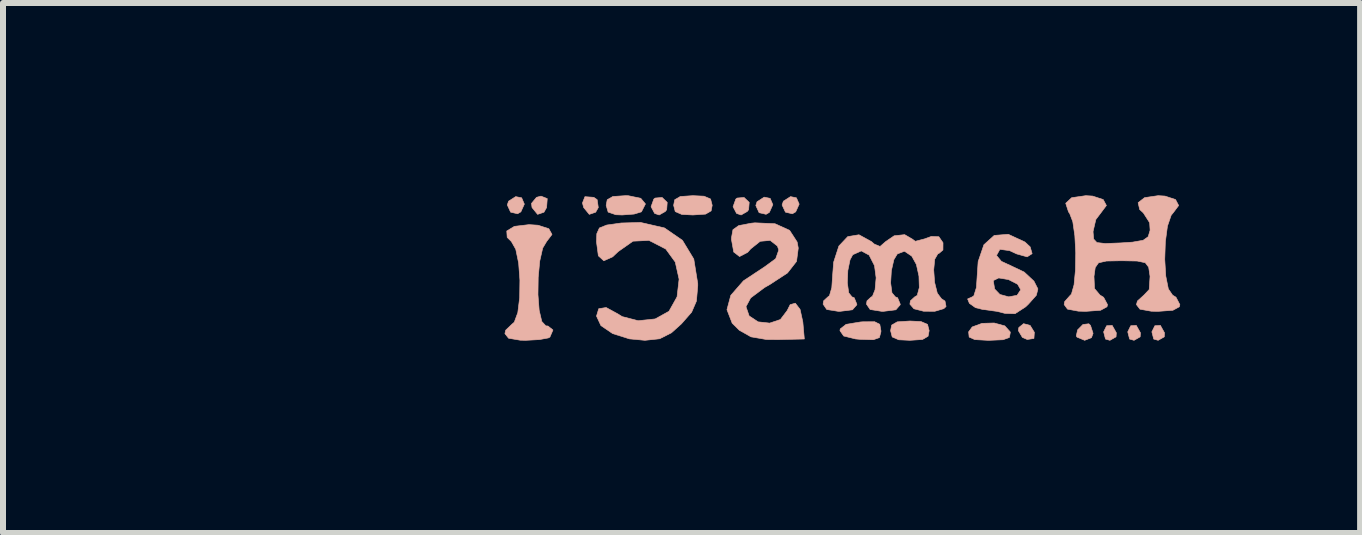
<source format=kicad_pcb>
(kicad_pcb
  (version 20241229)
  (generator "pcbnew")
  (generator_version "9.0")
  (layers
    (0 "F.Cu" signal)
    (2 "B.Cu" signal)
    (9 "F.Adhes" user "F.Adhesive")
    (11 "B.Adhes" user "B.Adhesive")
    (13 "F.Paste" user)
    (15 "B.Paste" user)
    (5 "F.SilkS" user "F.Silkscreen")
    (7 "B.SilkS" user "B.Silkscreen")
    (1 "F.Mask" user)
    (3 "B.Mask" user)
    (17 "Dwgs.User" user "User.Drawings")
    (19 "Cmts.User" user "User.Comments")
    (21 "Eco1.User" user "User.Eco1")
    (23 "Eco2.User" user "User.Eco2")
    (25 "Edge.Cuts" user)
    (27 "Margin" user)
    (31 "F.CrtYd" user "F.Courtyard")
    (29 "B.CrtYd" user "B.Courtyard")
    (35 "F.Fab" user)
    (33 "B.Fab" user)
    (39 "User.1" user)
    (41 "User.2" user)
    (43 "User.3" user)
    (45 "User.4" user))
  (footprint "HamSci"
    (layer "F.Cu")
    (at 0.25 1.418)
    (property "Reference" "HamSci" (at 10.744 0 0) (layer "Eco2.User") (effects (font (size 1.524 1.524) (thickness 0.3))))
    (attr through_hole)
    (fp_poly (pts (xy 15.15 0.963) (xy 15.1 1.065) (xy 15.131 1.185) (xy 15.205 1.206) (xy 15.307 1.148) (xy 15.312 1.081) (xy 15.242 0.957) (xy 15.15 0.963)) (stroke (width 0.01) (type solid)) (fill yes) (layer "B.SilkS"))
    (fp_poly (pts (xy 15.552 0.963) (xy 15.502 1.065) (xy 15.533 1.185) (xy 15.607 1.206) (xy 15.709 1.148) (xy 15.714 1.081) (xy 15.644 0.957) (xy 15.552 0.963)) (stroke (width 0.01) (type solid)) (fill yes) (layer "B.SilkS"))
    (fp_poly (pts (xy 15.954 0.963) (xy 15.904 1.065) (xy 15.935 1.185) (xy 16.009 1.206) (xy 16.111 1.148) (xy 16.115 1.081) (xy 16.046 0.957) (xy 15.954 0.963)) (stroke (width 0.01) (type solid)) (fill yes) (layer "B.SilkS"))
    (fp_poly (pts (xy 5.179 -1.114) (xy 5.158 -1.051) (xy 5.213 -0.931) (xy 5.329 -0.904) (xy 5.384 -0.936) (xy 5.442 -1.065) (xy 5.397 -1.17) (xy 5.298 -1.19) (xy 5.179 -1.114)) (stroke (width 0.01) (type solid)) (fill yes) (layer "B.SilkS"))
    (fp_poly (pts (xy 5.645 -1.178) (xy 5.561 -1.077) (xy 5.57 -1.008) (xy 5.663 -0.894) (xy 5.769 -0.93) (xy 5.813 -1.008) (xy 5.824 -1.157) (xy 5.72 -1.198) (xy 5.645 -1.178)) (stroke (width 0.01) (type solid)) (fill yes) (layer "B.SilkS"))
    (fp_poly (pts (xy 6.411 -1.084) (xy 6.431 -1.008) (xy 6.525 -0.894) (xy 6.631 -0.93) (xy 6.675 -1.008) (xy 6.656 -1.139) (xy 6.6 -1.178) (xy 6.452 -1.189) (xy 6.411 -1.084)) (stroke (width 0.01) (type solid)) (fill yes) (layer "B.SilkS"))
    (fp_poly (pts (xy 9.322 -1.105) (xy 9.301 -1.042) (xy 9.356 -0.922) (xy 9.472 -0.895) (xy 9.527 -0.927) (xy 9.585 -1.056) (xy 9.54 -1.161) (xy 9.441 -1.181) (xy 9.322 -1.105)) (stroke (width 0.01) (type solid)) (fill yes) (layer "B.SilkS"))
    (fp_poly (pts (xy 9.761 -1.114) (xy 9.739 -1.051) (xy 9.795 -0.931) (xy 9.91 -0.904) (xy 9.966 -0.936) (xy 10.024 -1.065) (xy 9.978 -1.17) (xy 9.88 -1.19) (xy 9.761 -1.114)) (stroke (width 0.01) (type solid)) (fill yes) (layer "B.SilkS"))
    (fp_poly (pts (xy 13.686 0.993) (xy 13.678 1.044) (xy 13.745 1.157) (xy 13.826 1.192) (xy 13.938 1.175) (xy 13.945 1.072) (xy 13.874 0.957) (xy 13.765 0.928) (xy 13.686 0.993)) (stroke (width 0.01) (type solid)) (fill yes) (layer "B.SilkS"))
    (fp_poly (pts (xy 7.622 -1.166) (xy 7.6 -1.148) (xy 7.555 -1.022) (xy 7.614 -0.91) (xy 7.69 -0.884) (xy 7.793 -0.943) (xy 7.815 -0.972) (xy 7.824 -1.094) (xy 7.739 -1.176) (xy 7.622 -1.166)) (stroke (width 0.01) (type solid)) (fill yes) (layer "B.SilkS"))
    (fp_poly (pts (xy 8.989 -1.166) (xy 8.967 -1.148) (xy 8.922 -1.022) (xy 8.98 -0.91) (xy 9.056 -0.884) (xy 9.159 -0.943) (xy 9.181 -0.972) (xy 9.191 -1.094) (xy 9.105 -1.176) (xy 8.989 -1.166)) (stroke (width 0.01) (type solid)) (fill yes) (layer "B.SilkS"))
    (fp_poly (pts (xy 14.755 0.942) (xy 14.666 1.032) (xy 14.644 1.133) (xy 14.657 1.153) (xy 14.784 1.206) (xy 14.897 1.162) (xy 14.924 1.09) (xy 14.881 0.957) (xy 14.853 0.93) (xy 14.755 0.942)) (stroke (width 0.01) (type solid)) (fill yes) (layer "B.SilkS"))
    (fp_poly (pts (xy 8.042 -1.192) (xy 7.949 -1.138) (xy 7.931 -1.045) (xy 7.958 -0.94) (xy 8.067 -0.893) (xy 8.252 -0.884) (xy 8.463 -0.898) (xy 8.556 -0.952) (xy 8.574 -1.045) (xy 8.547 -1.15) (xy 8.438 -1.197) (xy 8.252 -1.206) (xy 8.042 -1.192)) (stroke (width 0.01) (type solid)) (fill yes) (layer "B.SilkS"))
    (fp_poly (pts (xy 11.659 0.898) (xy 11.566 0.952) (xy 11.548 1.045) (xy 11.575 1.15) (xy 11.684 1.197) (xy 11.87 1.206) (xy 12.08 1.192) (xy 12.173 1.138) (xy 12.191 1.045) (xy 12.164 0.94) (xy 12.055 0.893) (xy 11.87 0.884) (xy 11.659 0.898)) (stroke (width 0.01) (type solid)) (fill yes) (layer "B.SilkS"))
    (fp_poly (pts (xy 6.917 -1.192) (xy 6.824 -1.138) (xy 6.806 -1.045) (xy 6.839 -0.932) (xy 6.967 -0.888) (xy 7.074 -0.884) (xy 7.272 -0.899) (xy 7.391 -0.935) (xy 7.395 -0.938) (xy 7.461 -1.068) (xy 7.383 -1.162) (xy 7.176 -1.205) (xy 7.127 -1.206) (xy 6.917 -1.192)) (stroke (width 0.01) (type solid)) (fill yes) (layer "B.SilkS"))
    (fp_poly (pts (xy 13.072 0.923) (xy 12.909 0.983) (xy 12.849 1.065) (xy 12.858 1.152) (xy 12.952 1.194) (xy 13.167 1.206) (xy 13.196 1.206) (xy 13.424 1.196) (xy 13.529 1.158) (xy 13.544 1.076) (xy 13.542 1.065) (xy 13.452 0.965) (xy 13.275 0.917) (xy 13.072 0.923)) (stroke (width 0.01) (type solid)) (fill yes) (layer "B.SilkS"))
    (fp_poly (pts (xy 11.086 0.897) (xy 11.046 0.9) (xy 10.807 0.939) (xy 10.709 1.016) (xy 10.704 1.045) (xy 10.766 1.134) (xy 10.964 1.183) (xy 11.046 1.19) (xy 11.261 1.196) (xy 11.361 1.161) (xy 11.387 1.065) (xy 11.387 1.045) (xy 11.368 0.939) (xy 11.282 0.896) (xy 11.086 0.897)) (stroke (width 0.01) (type solid)) (fill yes) (layer "B.SilkS"))
    (fp_poly (pts (xy 5.276 -0.694) (xy 5.149 -0.617) (xy 5.156 -0.51) (xy 5.226 -0.441) (xy 5.299 -0.312) (xy 5.347 -0.081) (xy 5.368 0.203) (xy 5.364 0.494) (xy 5.333 0.744) (xy 5.274 0.904) (xy 5.238 0.935) (xy 5.131 1.037) (xy 5.118 1.094) (xy 5.179 1.171) (xy 5.373 1.204) (xy 5.466 1.206) (xy 5.691 1.194) (xy 5.843 1.166) (xy 5.868 1.152) (xy 5.919 1.034) (xy 5.835 0.967) (xy 5.801 0.965) (xy 5.733 0.892) (xy 5.689 0.705) (xy 5.669 0.445) (xy 5.673 0.157) (xy 5.699 -0.117) (xy 5.748 -0.332) (xy 5.813 -0.441) (xy 5.903 -0.559) (xy 5.85 -0.655) (xy 5.671 -0.713) (xy 5.52 -0.723) (xy 5.276 -0.694)) (stroke (width 0.01) (type solid)) (fill yes) (layer "B.SilkS"))
    (fp_poly (pts (xy 7.056 -0.75) (xy 6.815 -0.716) (xy 6.693 -0.667) (xy 6.65 -0.572) (xy 6.645 -0.436) (xy 6.676 -0.203) (xy 6.767 -0.12) (xy 6.914 -0.186) (xy 7.007 -0.274) (xy 7.253 -0.447) (xy 7.52 -0.46) (xy 7.8 -0.316) (xy 7.958 -0.099) (xy 8.022 0.187) (xy 7.988 0.481) (xy 7.855 0.719) (xy 7.851 0.723) (xy 7.624 0.849) (xy 7.34 0.879) (xy 7.072 0.81) (xy 7.002 0.766) (xy 6.806 0.659) (xy 6.682 0.679) (xy 6.645 0.802) (xy 6.719 0.961) (xy 6.915 1.094) (xy 7.195 1.182) (xy 7.453 1.206) (xy 7.698 1.18) (xy 7.894 1.081) (xy 8.06 0.932) (xy 8.231 0.737) (xy 8.311 0.552) (xy 8.333 0.299) (xy 8.333 0.26) (xy 8.267 -0.149) (xy 8.078 -0.461) (xy 7.778 -0.668) (xy 7.38 -0.759) (xy 7.056 -0.75)) (stroke (width 0.01) (type solid)) (fill yes) (layer "B.SilkS"))
    (fp_poly (pts (xy 9.227 -0.747) (xy 9.016 -0.707) (xy 8.92 -0.639) (xy 8.896 -0.506) (xy 8.895 -0.476) (xy 8.933 -0.266) (xy 9.03 -0.191) (xy 9.165 -0.261) (xy 9.215 -0.318) (xy 9.374 -0.445) (xy 9.541 -0.46) (xy 9.661 -0.366) (xy 9.684 -0.3) (xy 9.633 -0.155) (xy 9.449 -0.02) (xy 9.095 0.214) (xy 8.884 0.456) (xy 8.82 0.695) (xy 8.907 0.92) (xy 9.026 1.038) (xy 9.221 1.148) (xy 9.476 1.192) (xy 9.673 1.194) (xy 10.11 1.184) (xy 10.085 0.9) (xy 10.039 0.69) (xy 9.96 0.587) (xy 9.874 0.611) (xy 9.824 0.71) (xy 9.711 0.859) (xy 9.532 0.919) (xy 9.34 0.898) (xy 9.19 0.799) (xy 9.137 0.645) (xy 9.215 0.499) (xy 9.446 0.326) (xy 9.537 0.274) (xy 9.829 0.083) (xy 9.98 -0.11) (xy 10.009 -0.332) (xy 9.99 -0.434) (xy 9.864 -0.628) (xy 9.621 -0.738) (xy 9.286 -0.753) (xy 9.227 -0.747)) (stroke (width 0.01) (type solid)) (fill yes) (layer "B.SilkS"))
    (fp_poly (pts (xy 13.276 -0.543) (xy 13.104 -0.388) (xy 13.008 -0.107) (xy 12.995 0.086) (xy 12.979 0.326) (xy 12.936 0.464) (xy 12.908 0.482) (xy 12.832 0.516) (xy 12.862 0.589) (xy 12.963 0.661) (xy 13.082 0.691) (xy 13.321 0.723) (xy 13.456 0.757) (xy 13.623 0.762) (xy 13.799 0.648) (xy 13.845 0.604) (xy 13.978 0.455) (xy 14.001 0.363) (xy 13.718 0.363) (xy 13.657 0.455) (xy 13.518 0.481) (xy 13.37 0.441) (xy 13.283 0.35) (xy 13.26 0.21) (xy 13.35 0.166) (xy 13.514 0.193) (xy 13.666 0.271) (xy 13.718 0.363) (xy 14.001 0.363) (xy 14.004 0.349) (xy 13.939 0.221) (xy 13.937 0.218) (xy 13.776 0.068) (xy 13.568 -0.031) (xy 13.395 -0.111) (xy 13.317 -0.206) (xy 13.316 -0.213) (xy 13.37 -0.311) (xy 13.53 -0.29) (xy 13.652 -0.234) (xy 13.825 -0.186) (xy 13.908 -0.239) (xy 13.875 -0.352) (xy 13.788 -0.433) (xy 13.51 -0.562) (xy 13.276 -0.543)) (stroke (width 0.01) (type solid)) (fill yes) (layer "B.SilkS"))
    (fp_poly (pts (xy 14.567 -1.172) (xy 14.468 -1.079) (xy 14.515 -0.934) (xy 14.533 -0.911) (xy 14.586 -0.772) (xy 14.62 -0.537) (xy 14.635 -0.252) (xy 14.63 0.036) (xy 14.607 0.281) (xy 14.563 0.436) (xy 14.535 0.465) (xy 14.45 0.561) (xy 14.442 0.61) (xy 14.498 0.686) (xy 14.68 0.72) (xy 14.803 0.723) (xy 15.049 0.705) (xy 15.156 0.647) (xy 15.165 0.611) (xy 15.1 0.489) (xy 15.039 0.451) (xy 14.948 0.343) (xy 14.939 0.141) (xy 14.96 -0.008) (xy 15.015 -0.086) (xy 15.145 -0.116) (xy 15.392 -0.121) (xy 15.406 -0.121) (xy 15.659 -0.116) (xy 15.794 -0.088) (xy 15.851 -0.013) (xy 15.873 0.133) (xy 15.874 0.141) (xy 15.86 0.359) (xy 15.773 0.451) (xy 15.663 0.551) (xy 15.647 0.611) (xy 15.706 0.687) (xy 15.896 0.721) (xy 16.009 0.723) (xy 16.255 0.705) (xy 16.362 0.647) (xy 16.371 0.611) (xy 16.306 0.487) (xy 16.25 0.453) (xy 16.179 0.349) (xy 16.136 0.135) (xy 16.119 -0.143) (xy 16.129 -0.436) (xy 16.164 -0.698) (xy 16.226 -0.879) (xy 16.262 -0.923) (xy 16.351 -1.042) (xy 16.299 -1.141) (xy 16.123 -1.199) (xy 16.009 -1.206) (xy 15.783 -1.173) (xy 15.675 -1.089) (xy 15.701 -0.975) (xy 15.762 -0.919) (xy 15.867 -0.755) (xy 15.875 -0.629) (xy 15.843 -0.522) (xy 15.759 -0.462) (xy 15.582 -0.431) (xy 15.386 -0.418) (xy 15.126 -0.408) (xy 14.988 -0.424) (xy 14.934 -0.482) (xy 14.924 -0.597) (xy 14.924 -0.61) (xy 14.97 -0.808) (xy 15.057 -0.923) (xy 15.146 -1.042) (xy 15.093 -1.141) (xy 14.917 -1.199) (xy 14.803 -1.206) (xy 14.567 -1.172)) (stroke (width 0.01) (type solid)) (fill yes) (layer "B.SilkS"))
    (fp_poly (pts (xy 11.608 -0.537) (xy 11.466 -0.44) (xy 11.373 -0.359) (xy 11.276 -0.399) (xy 11.229 -0.44) (xy 11.021 -0.554) (xy 10.834 -0.523) (xy 10.686 -0.366) (xy 10.599 -0.098) (xy 10.583 0.107) (xy 10.568 0.327) (xy 10.529 0.462) (xy 10.503 0.482) (xy 10.432 0.547) (xy 10.423 0.603) (xy 10.484 0.692) (xy 10.678 0.723) (xy 10.704 0.723) (xy 10.912 0.697) (xy 10.985 0.614) (xy 10.985 0.603) (xy 10.942 0.496) (xy 10.905 0.482) (xy 10.85 0.414) (xy 10.827 0.247) (xy 10.835 0.044) (xy 10.872 -0.137) (xy 10.917 -0.221) (xy 11.06 -0.285) (xy 11.19 -0.215) (xy 11.28 -0.039) (xy 11.307 0.164) (xy 11.289 0.364) (xy 11.244 0.475) (xy 11.226 0.482) (xy 11.155 0.547) (xy 11.146 0.603) (xy 11.207 0.692) (xy 11.402 0.723) (xy 11.427 0.723) (xy 11.636 0.697) (xy 11.708 0.614) (xy 11.709 0.603) (xy 11.665 0.496) (xy 11.628 0.482) (xy 11.571 0.414) (xy 11.549 0.249) (xy 11.561 0.045) (xy 11.603 -0.139) (xy 11.66 -0.234) (xy 11.779 -0.28) (xy 11.901 -0.198) (xy 11.978 -0.059) (xy 12.021 0.135) (xy 12.027 0.326) (xy 11.992 0.457) (xy 11.95 0.482) (xy 11.879 0.547) (xy 11.87 0.603) (xy 11.937 0.68) (xy 12.098 0.721) (xy 12.285 0.722) (xy 12.435 0.678) (xy 12.473 0.642) (xy 12.455 0.551) (xy 12.397 0.513) (xy 12.327 0.42) (xy 12.282 0.24) (xy 12.267 0.032) (xy 12.284 -0.146) (xy 12.337 -0.238) (xy 12.352 -0.241) (xy 12.421 -0.3) (xy 12.422 -0.421) (xy 12.353 -0.521) (xy 12.227 -0.526) (xy 12.117 -0.486) (xy 11.96 -0.445) (xy 11.91 -0.482) (xy 11.783 -0.556) (xy 11.608 -0.537)) (stroke (width 0.01) (type solid)) (fill yes) (layer "B.SilkS")))
  (gr_rect
    (start -3 -3)
    (end 19.626 5.836)
    (stroke (width 0.1) (type default))
    (fill no)
    (layer "Edge.Cuts")))
</source>
